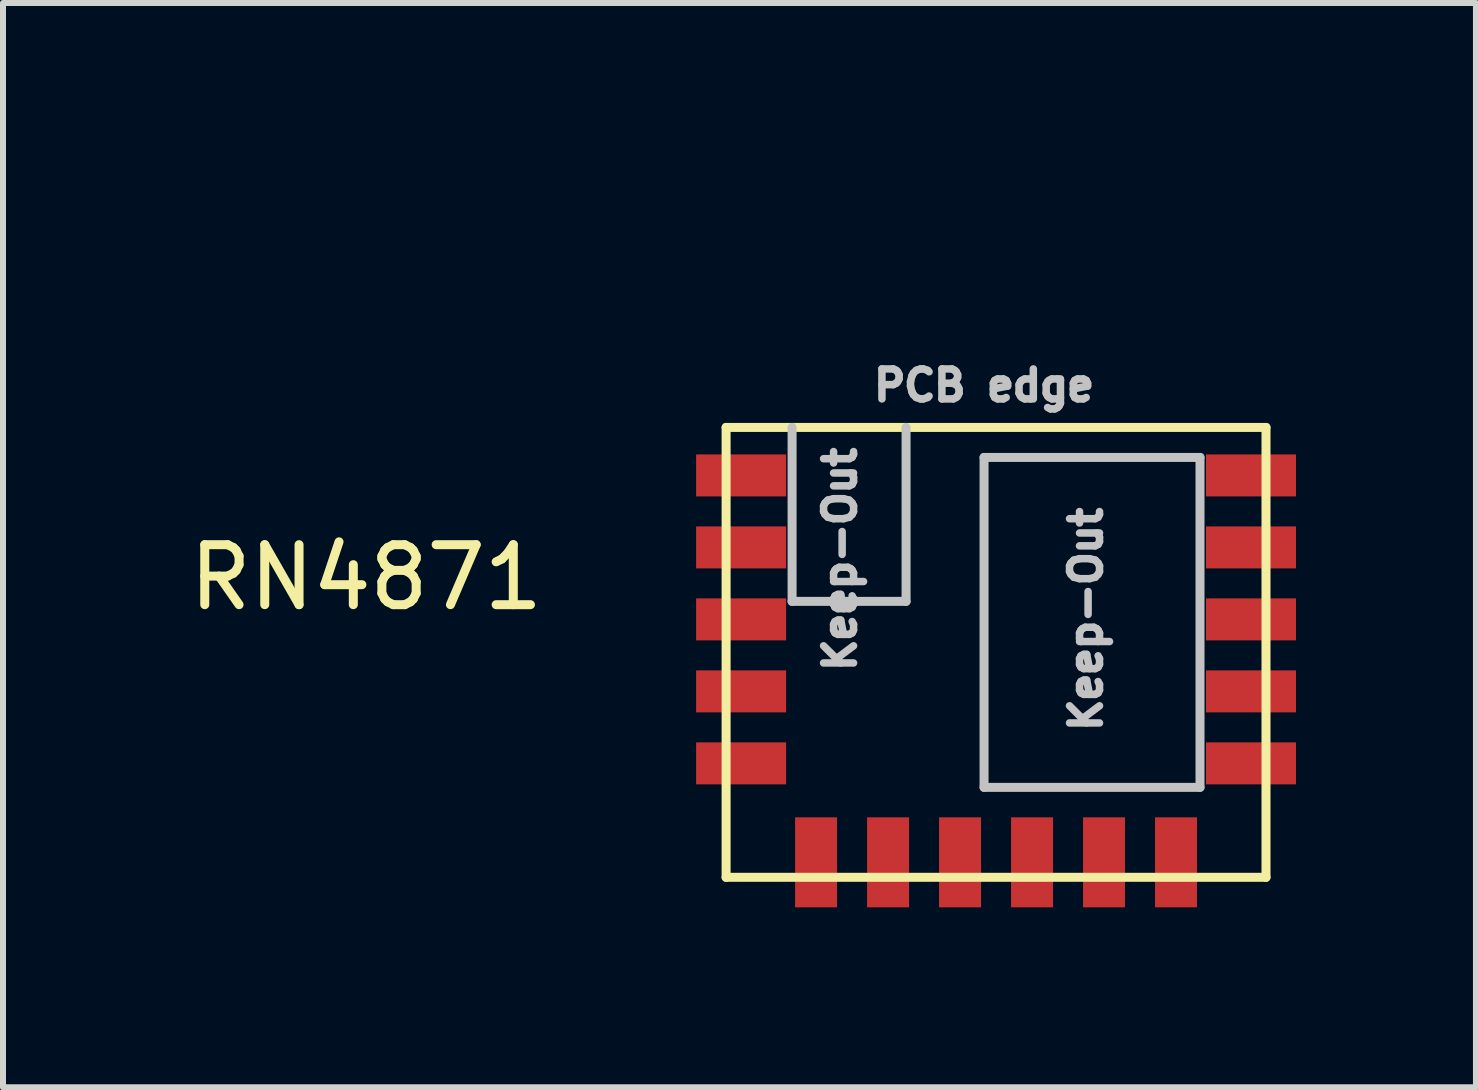
<source format=kicad_pcb>
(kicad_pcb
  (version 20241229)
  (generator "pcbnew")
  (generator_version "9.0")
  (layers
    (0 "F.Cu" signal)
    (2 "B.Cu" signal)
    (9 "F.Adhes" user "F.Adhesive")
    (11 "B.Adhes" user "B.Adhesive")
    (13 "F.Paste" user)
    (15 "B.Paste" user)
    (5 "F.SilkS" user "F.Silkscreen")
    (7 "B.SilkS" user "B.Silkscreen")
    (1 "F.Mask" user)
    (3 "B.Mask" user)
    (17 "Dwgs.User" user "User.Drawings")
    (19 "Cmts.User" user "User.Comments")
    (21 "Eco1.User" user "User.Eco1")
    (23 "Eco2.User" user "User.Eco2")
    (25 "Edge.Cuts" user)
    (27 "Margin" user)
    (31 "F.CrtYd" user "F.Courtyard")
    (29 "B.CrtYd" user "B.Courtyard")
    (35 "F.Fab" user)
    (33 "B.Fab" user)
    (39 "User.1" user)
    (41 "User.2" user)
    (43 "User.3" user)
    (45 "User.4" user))
  (footprint "RN4871"
    (layer "F.Cu")
    (at 9.054 11.575)
    (property "Reference" "RN4871" (at -6 -5 0) (layer "F.SilkS") (effects (font (size 1 1) (thickness 0.15))))
    (attr through_hole)
    (fp_line (start 0 -7.5) (end 9 -7.5) (stroke (width 0.15) (type solid)) (layer "F.SilkS"))
    (fp_line (start 0 0) (end 0 -7.5) (stroke (width 0.15) (type solid)) (layer "F.SilkS"))
    (fp_line (start 9 -7.5) (end 9 0) (stroke (width 0.15) (type solid)) (layer "F.SilkS"))
    (fp_line (start 9 0) (end 0 0) (stroke (width 0.15) (type solid)) (layer "F.SilkS"))
    (fp_line (start 1.1 -7.5) (end 1.1 -4.6) (stroke (width 0.15) (type solid)) (layer "Dwgs.User"))
    (fp_line (start 1.1 -4.6) (end 3 -4.6) (stroke (width 0.15) (type solid)) (layer "Dwgs.User"))
    (fp_line (start 3 -4.6) (end 3 -7.5) (stroke (width 0.15) (type solid)) (layer "Dwgs.User"))
    (fp_line (start 4.3 -7) (end 7.9 -7) (stroke (width 0.15) (type solid)) (layer "Dwgs.User"))
    (fp_line (start 4.3 -1.5) (end 4.3 -7) (stroke (width 0.15) (type solid)) (layer "Dwgs.User"))
    (fp_line (start 7.9 -7) (end 7.9 -1.5) (stroke (width 0.15) (type solid)) (layer "Dwgs.User"))
    (fp_line (start 7.9 -1.5) (end 4.3 -1.5) (stroke (width 0.15) (type solid)) (layer "Dwgs.User"))
    (fp_line (start 0 -11.5) (end 9 -11.5) (stroke (width 0.15) (type solid)) (layer "Margin"))
    (fp_line (start 0 -7.5) (end 0 -11.5) (stroke (width 0.15) (type solid)) (layer "Margin"))
    (fp_line (start 9 -7.5) (end 9 -11.5) (stroke (width 0.15) (type solid)) (layer "Margin"))
    (fp_text user "Keep-Out" (at 1.9 -5.3 90) (layer "Dwgs.User") (effects (font (size 0.5 0.5) (thickness 0.125))))
    (fp_text user "PCB edge" (at 4.3 -8.2 0) (layer "Dwgs.User") (effects (font (size 0.5 0.5) (thickness 0.125))))
    (fp_text user "Keep-Out" (at 6 -4.3 90) (layer "Dwgs.User") (effects (font (size 0.5 0.5) (thickness 0.125))))
    (pad "1" smd rect (at 0 -6.7) (size 1.5 0.7) (drill (offset 0.25 0)) (layers "F.Cu" "F.Mask" "F.Paste"))
    (pad "2" smd rect (at 0 -5.5) (size 1.5 0.7) (drill (offset 0.25 0)) (layers "F.Cu" "F.Mask" "F.Paste"))
    (pad "3" smd rect (at 0 -4.3) (size 1.5 0.7) (drill (offset 0.25 0)) (layers "F.Cu" "F.Mask" "F.Paste"))
    (pad "4" smd rect (at 0 -3.1) (size 1.5 0.7) (drill (offset 0.25 0)) (layers "F.Cu" "F.Mask" "F.Paste"))
    (pad "5" smd rect (at 0 -1.9) (size 1.5 0.7) (drill (offset 0.25 0)) (layers "F.Cu" "F.Mask" "F.Paste"))
    (pad "6" smd rect (at 1.5 0 90) (size 1.5 0.7) (drill (offset 0.25 0)) (layers "F.Cu" "F.Mask" "F.Paste"))
    (pad "7" smd rect (at 2.7 0 90) (size 1.5 0.7) (drill (offset 0.25 0)) (layers "F.Cu" "F.Mask" "F.Paste"))
    (pad "8" smd rect (at 3.9 0 90) (size 1.5 0.7) (drill (offset 0.25 0)) (layers "F.Cu" "F.Mask" "F.Paste"))
    (pad "9" smd rect (at 5.1 0 90) (size 1.5 0.7) (drill (offset 0.25 0)) (layers "F.Cu" "F.Mask" "F.Paste"))
    (pad "10" smd rect (at 6.3 0 90) (size 1.5 0.7) (drill (offset 0.25 0)) (layers "F.Cu" "F.Mask" "F.Paste"))
    (pad "11" smd rect (at 7.5 0 90) (size 1.5 0.7) (drill (offset 0.25 0)) (layers "F.Cu" "F.Mask" "F.Paste"))
    (pad "12" smd rect (at 9 -1.9 180) (size 1.5 0.7) (drill (offset 0.25 0)) (layers "F.Cu" "F.Mask" "F.Paste"))
    (pad "13" smd rect (at 9 -3.1 180) (size 1.5 0.7) (drill (offset 0.25 0)) (layers "F.Cu" "F.Mask" "F.Paste"))
    (pad "14" smd rect (at 9 -4.3 180) (size 1.5 0.7) (drill (offset 0.25 0)) (layers "F.Cu" "F.Mask" "F.Paste"))
    (pad "15" smd rect (at 9 -5.5 180) (size 1.5 0.7) (drill (offset 0.25 0)) (layers "F.Cu" "F.Mask" "F.Paste"))
    (pad "16" smd rect (at 9 -6.7 180) (size 1.5 0.7) (drill (offset 0.25 0)) (layers "F.Cu" "F.Mask" "F.Paste")))
  (gr_rect
    (start -3 -3)
    (end 21.554 15.075)
    (stroke (width 0.1) (type default))
    (fill no)
    (layer "Edge.Cuts")))
</source>
